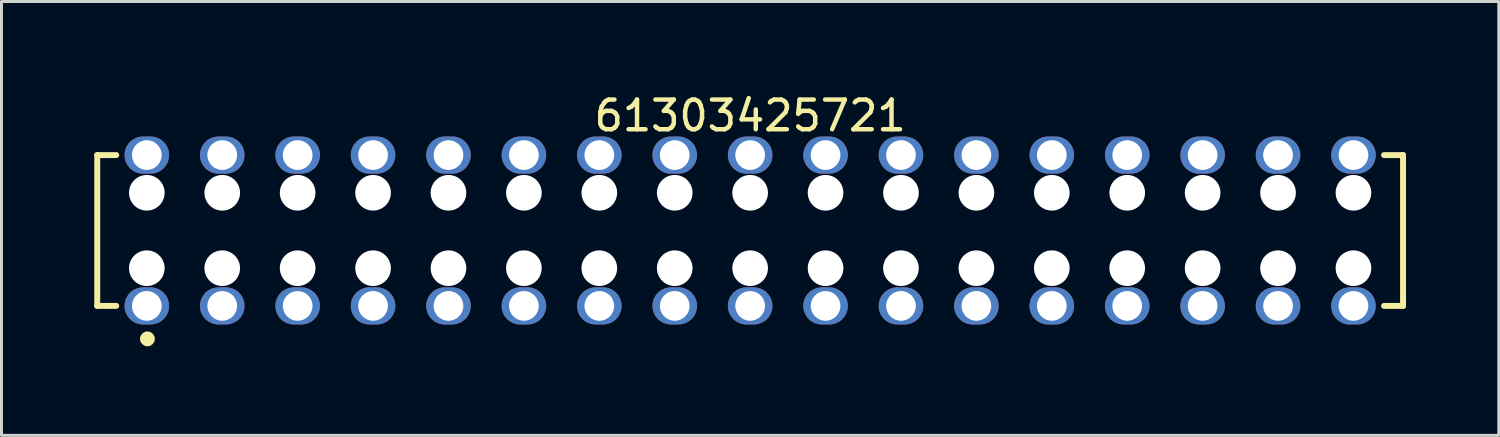
<source format=kicad_pcb>
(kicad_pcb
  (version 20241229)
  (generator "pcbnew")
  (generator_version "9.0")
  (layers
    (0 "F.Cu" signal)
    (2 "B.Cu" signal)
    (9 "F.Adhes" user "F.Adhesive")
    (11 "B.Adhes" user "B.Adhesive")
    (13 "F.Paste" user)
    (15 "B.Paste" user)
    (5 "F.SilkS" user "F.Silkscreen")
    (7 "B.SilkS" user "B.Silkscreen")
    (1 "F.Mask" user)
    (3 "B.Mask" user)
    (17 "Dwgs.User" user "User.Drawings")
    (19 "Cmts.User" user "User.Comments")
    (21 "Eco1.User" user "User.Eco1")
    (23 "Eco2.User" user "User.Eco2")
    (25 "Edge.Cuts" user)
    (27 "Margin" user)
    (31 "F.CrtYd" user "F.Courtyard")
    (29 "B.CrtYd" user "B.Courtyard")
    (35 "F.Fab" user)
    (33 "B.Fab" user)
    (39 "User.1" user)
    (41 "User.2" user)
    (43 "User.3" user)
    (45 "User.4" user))
  (footprint "61303425721"
    (layer "F.Cu")
    (at 22.215 4.713)
    (property "Reference" "61303425721" (at 0 -3.865 0) (layer "F.SilkS") (effects (font (size 1 1) (thickness 0.15))))
    (fp_line (start -21.99 -2.54) (end -21.35 -2.54) (stroke (width 0.2) (type solid)) (layer "F.SilkS"))
    (fp_line (start -21.99 2.54) (end -21.99 -2.54) (stroke (width 0.2) (type solid)) (layer "F.SilkS"))
    (fp_line (start -21.99 2.54) (end -21.35 2.54) (stroke (width 0.2) (type solid)) (layer "F.SilkS"))
    (fp_line (start 21.35 -2.54) (end 21.99 -2.54) (stroke (width 0.2) (type solid)) (layer "F.SilkS"))
    (fp_line (start 21.35 2.54) (end 21.99 2.54) (stroke (width 0.2) (type solid)) (layer "F.SilkS"))
    (fp_line (start 21.99 2.54) (end 21.99 -2.54) (stroke (width 0.2) (type solid)) (layer "F.SilkS"))
    (fp_circle (center -20.3 3.65) (end -20.3 3.525) (stroke (width 0.25) (type solid)) (fill no) (layer "F.SilkS"))
    (fp_line (start -22.19 -3.365) (end 22.19 -3.365) (stroke (width 0.05) (type solid)) (layer "Eco2.User"))
    (fp_line (start -22.19 3.365) (end -22.19 -3.365) (stroke (width 0.05) (type solid)) (layer "Eco2.User"))
    (fp_line (start -22.19 3.365) (end 22.19 3.365) (stroke (width 0.05) (type solid)) (layer "Eco2.User"))
    (fp_line (start -21.89 -2.54) (end 21.89 -2.54) (stroke (width 0.1) (type solid)) (layer "Eco2.User"))
    (fp_line (start -21.89 2.54) (end -21.89 -2.54) (stroke (width 0.1) (type solid)) (layer "Eco2.User"))
    (fp_line (start -21.89 2.54) (end 21.89 2.54) (stroke (width 0.1) (type solid)) (layer "Eco2.User"))
    (fp_line (start -0.5 0) (end 0.5 0) (stroke (width 0.05) (type solid)) (layer "Eco2.User"))
    (fp_line (start 0 0.5) (end 0 -0.5) (stroke (width 0.05) (type solid)) (layer "Eco2.User"))
    (fp_line (start 21.89 2.54) (end 21.89 -2.54) (stroke (width 0.1) (type solid)) (layer "Eco2.User"))
    (fp_line (start 22.19 3.365) (end 22.19 -3.365) (stroke (width 0.05) (type solid)) (layer "Eco2.User"))
    (fp_text user "${REFERENCE}" (at 0.15 -0.197 0) (unlocked yes) (layer "User.3") (effects (font (size 1.5 1.5) (thickness 0.15))))
    (pad "" np_thru_hole circle (at -20.32 -1.27) (size 1.2 1.2) (drill 1.2) (layers "*.Cu" "*.Mask"))
    (pad "" np_thru_hole circle (at -20.32 1.27) (size 1.2 1.2) (drill 1.2) (layers "*.Cu" "*.Mask"))
    (pad "" np_thru_hole circle (at -17.78 -1.27) (size 1.2 1.2) (drill 1.2) (layers "*.Cu" "*.Mask"))
    (pad "" np_thru_hole circle (at -17.78 1.27) (size 1.2 1.2) (drill 1.2) (layers "*.Cu" "*.Mask"))
    (pad "" np_thru_hole circle (at -15.24 -1.27) (size 1.2 1.2) (drill 1.2) (layers "*.Cu" "*.Mask"))
    (pad "" np_thru_hole circle (at -15.24 1.27) (size 1.2 1.2) (drill 1.2) (layers "*.Cu" "*.Mask"))
    (pad "" np_thru_hole circle (at -12.7 -1.27) (size 1.2 1.2) (drill 1.2) (layers "*.Cu" "*.Mask"))
    (pad "" np_thru_hole circle (at -12.7 1.27) (size 1.2 1.2) (drill 1.2) (layers "*.Cu" "*.Mask"))
    (pad "" np_thru_hole circle (at -10.16 -1.27) (size 1.2 1.2) (drill 1.2) (layers "*.Cu" "*.Mask"))
    (pad "" np_thru_hole circle (at -10.16 1.27) (size 1.2 1.2) (drill 1.2) (layers "*.Cu" "*.Mask"))
    (pad "" np_thru_hole circle (at -7.62 -1.27) (size 1.2 1.2) (drill 1.2) (layers "*.Cu" "*.Mask"))
    (pad "" np_thru_hole circle (at -7.62 1.27) (size 1.2 1.2) (drill 1.2) (layers "*.Cu" "*.Mask"))
    (pad "" np_thru_hole circle (at -5.08 -1.27) (size 1.2 1.2) (drill 1.2) (layers "*.Cu" "*.Mask"))
    (pad "" np_thru_hole circle (at -5.08 1.27) (size 1.2 1.2) (drill 1.2) (layers "*.Cu" "*.Mask"))
    (pad "" np_thru_hole circle (at -2.54 -1.27) (size 1.2 1.2) (drill 1.2) (layers "*.Cu" "*.Mask"))
    (pad "" np_thru_hole circle (at -2.54 1.27) (size 1.2 1.2) (drill 1.2) (layers "*.Cu" "*.Mask"))
    (pad "" np_thru_hole circle (at 0 -1.27) (size 1.2 1.2) (drill 1.2) (layers "*.Cu" "*.Mask"))
    (pad "" np_thru_hole circle (at 0 1.27) (size 1.2 1.2) (drill 1.2) (layers "*.Cu" "*.Mask"))
    (pad "" np_thru_hole circle (at 2.54 -1.27) (size 1.2 1.2) (drill 1.2) (layers "*.Cu" "*.Mask"))
    (pad "" np_thru_hole circle (at 2.54 1.27) (size 1.2 1.2) (drill 1.2) (layers "*.Cu" "*.Mask"))
    (pad "" np_thru_hole circle (at 5.08 -1.27) (size 1.2 1.2) (drill 1.2) (layers "*.Cu" "*.Mask"))
    (pad "" np_thru_hole circle (at 5.08 1.27) (size 1.2 1.2) (drill 1.2) (layers "*.Cu" "*.Mask"))
    (pad "" np_thru_hole circle (at 7.62 -1.27) (size 1.2 1.2) (drill 1.2) (layers "*.Cu" "*.Mask"))
    (pad "" np_thru_hole circle (at 7.62 1.27) (size 1.2 1.2) (drill 1.2) (layers "*.Cu" "*.Mask"))
    (pad "" np_thru_hole circle (at 10.16 -1.27) (size 1.2 1.2) (drill 1.2) (layers "*.Cu" "*.Mask"))
    (pad "" np_thru_hole circle (at 10.16 1.27) (size 1.2 1.2) (drill 1.2) (layers "*.Cu" "*.Mask"))
    (pad "" np_thru_hole circle (at 12.7 -1.27) (size 1.2 1.2) (drill 1.2) (layers "*.Cu" "*.Mask"))
    (pad "" np_thru_hole circle (at 12.7 1.27) (size 1.2 1.2) (drill 1.2) (layers "*.Cu" "*.Mask"))
    (pad "" np_thru_hole circle (at 15.24 -1.27) (size 1.2 1.2) (drill 1.2) (layers "*.Cu" "*.Mask"))
    (pad "" np_thru_hole circle (at 15.24 1.27) (size 1.2 1.2) (drill 1.2) (layers "*.Cu" "*.Mask"))
    (pad "" np_thru_hole circle (at 17.78 -1.27) (size 1.2 1.2) (drill 1.2) (layers "*.Cu" "*.Mask"))
    (pad "" np_thru_hole circle (at 17.78 1.27) (size 1.2 1.2) (drill 1.2) (layers "*.Cu" "*.Mask"))
    (pad "" np_thru_hole circle (at 20.32 -1.27) (size 1.2 1.2) (drill 1.2) (layers "*.Cu" "*.Mask"))
    (pad "" np_thru_hole circle (at 20.32 1.27) (size 1.2 1.2) (drill 1.2) (layers "*.Cu" "*.Mask"))
    (pad "1" thru_hole oval (at -20.32 2.54) (size 1.5 1.25) (drill 1) (layers "*.Cu" "*.Mask"))
    (pad "2" thru_hole oval (at -20.32 -2.54) (size 1.5 1.25) (drill 1) (layers "*.Cu" "*.Mask"))
    (pad "3" thru_hole oval (at -17.78 2.54) (size 1.5 1.25) (drill 1) (layers "*.Cu" "*.Mask"))
    (pad "4" thru_hole oval (at -17.78 -2.54) (size 1.5 1.25) (drill 1) (layers "*.Cu" "*.Mask"))
    (pad "5" thru_hole oval (at -15.24 2.54) (size 1.5 1.25) (drill 1) (layers "*.Cu" "*.Mask"))
    (pad "6" thru_hole oval (at -15.24 -2.54) (size 1.5 1.25) (drill 1) (layers "*.Cu" "*.Mask"))
    (pad "7" thru_hole oval (at -12.7 2.54) (size 1.5 1.25) (drill 1) (layers "*.Cu" "*.Mask"))
    (pad "8" thru_hole oval (at -12.7 -2.54) (size 1.5 1.25) (drill 1) (layers "*.Cu" "*.Mask"))
    (pad "9" thru_hole oval (at -10.16 2.54) (size 1.5 1.25) (drill 1) (layers "*.Cu" "*.Mask"))
    (pad "10" thru_hole oval (at -10.16 -2.54) (size 1.5 1.25) (drill 1) (layers "*.Cu" "*.Mask"))
    (pad "11" thru_hole oval (at -7.62 2.54) (size 1.5 1.25) (drill 1) (layers "*.Cu" "*.Mask"))
    (pad "12" thru_hole oval (at -7.62 -2.54) (size 1.5 1.25) (drill 1) (layers "*.Cu" "*.Mask"))
    (pad "13" thru_hole oval (at -5.08 2.54) (size 1.5 1.25) (drill 1) (layers "*.Cu" "*.Mask"))
    (pad "14" thru_hole oval (at -5.08 -2.54) (size 1.5 1.25) (drill 1) (layers "*.Cu" "*.Mask"))
    (pad "15" thru_hole oval (at -2.54 2.54) (size 1.5 1.25) (drill 1) (layers "*.Cu" "*.Mask"))
    (pad "16" thru_hole oval (at -2.54 -2.54) (size 1.5 1.25) (drill 1) (layers "*.Cu" "*.Mask"))
    (pad "17" thru_hole oval (at 0 2.54) (size 1.5 1.25) (drill 1) (layers "*.Cu" "*.Mask"))
    (pad "18" thru_hole oval (at 0 -2.54) (size 1.5 1.25) (drill 1) (layers "*.Cu" "*.Mask"))
    (pad "19" thru_hole oval (at 2.54 2.54) (size 1.5 1.25) (drill 1) (layers "*.Cu" "*.Mask"))
    (pad "20" thru_hole oval (at 2.54 -2.54) (size 1.5 1.25) (drill 1) (layers "*.Cu" "*.Mask"))
    (pad "21" thru_hole oval (at 5.08 2.54) (size 1.5 1.25) (drill 1) (layers "*.Cu" "*.Mask"))
    (pad "22" thru_hole oval (at 5.08 -2.54) (size 1.5 1.25) (drill 1) (layers "*.Cu" "*.Mask"))
    (pad "23" thru_hole oval (at 7.62 2.54) (size 1.5 1.25) (drill 1) (layers "*.Cu" "*.Mask"))
    (pad "24" thru_hole oval (at 7.62 -2.54) (size 1.5 1.25) (drill 1) (layers "*.Cu" "*.Mask"))
    (pad "25" thru_hole oval (at 10.16 2.54) (size 1.5 1.25) (drill 1) (layers "*.Cu" "*.Mask"))
    (pad "26" thru_hole oval (at 10.16 -2.54) (size 1.5 1.25) (drill 1) (layers "*.Cu" "*.Mask"))
    (pad "27" thru_hole oval (at 12.7 2.54) (size 1.5 1.25) (drill 1) (layers "*.Cu" "*.Mask"))
    (pad "28" thru_hole oval (at 12.7 -2.54) (size 1.5 1.25) (drill 1) (layers "*.Cu" "*.Mask"))
    (pad "29" thru_hole oval (at 15.24 2.54) (size 1.5 1.25) (drill 1) (layers "*.Cu" "*.Mask"))
    (pad "30" thru_hole oval (at 15.24 -2.54) (size 1.5 1.25) (drill 1) (layers "*.Cu" "*.Mask"))
    (pad "31" thru_hole oval (at 17.78 2.54) (size 1.5 1.25) (drill 1) (layers "*.Cu" "*.Mask"))
    (pad "32" thru_hole oval (at 17.78 -2.54) (size 1.5 1.25) (drill 1) (layers "*.Cu" "*.Mask"))
    (pad "33" thru_hole oval (at 20.32 2.54) (size 1.5 1.25) (drill 1) (layers "*.Cu" "*.Mask"))
    (pad "34" thru_hole oval (at 20.32 -2.54) (size 1.5 1.25) (drill 1) (layers "*.Cu" "*.Mask")))
  (gr_rect
    (start -3 -3)
    (end 47.43 11.613)
    (stroke (width 0.1) (type default))
    (fill no)
    (layer "Edge.Cuts")))
</source>
